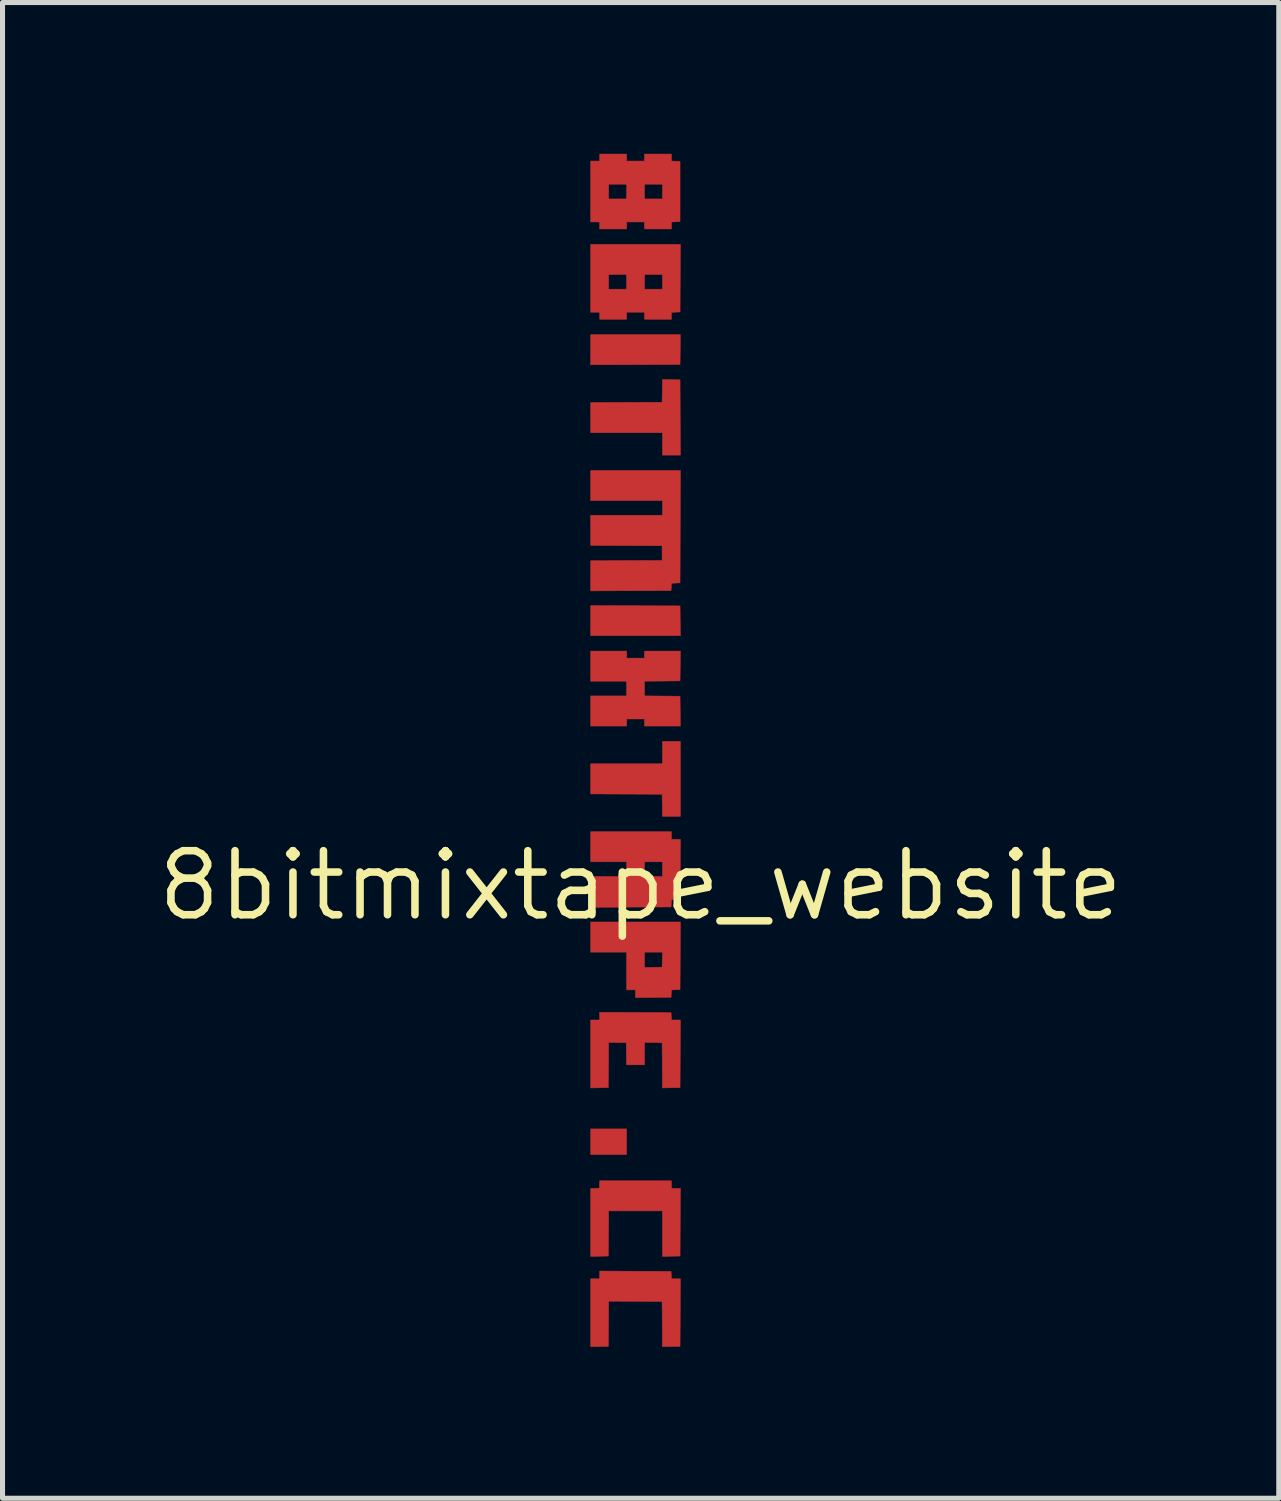
<source format=kicad_pcb>
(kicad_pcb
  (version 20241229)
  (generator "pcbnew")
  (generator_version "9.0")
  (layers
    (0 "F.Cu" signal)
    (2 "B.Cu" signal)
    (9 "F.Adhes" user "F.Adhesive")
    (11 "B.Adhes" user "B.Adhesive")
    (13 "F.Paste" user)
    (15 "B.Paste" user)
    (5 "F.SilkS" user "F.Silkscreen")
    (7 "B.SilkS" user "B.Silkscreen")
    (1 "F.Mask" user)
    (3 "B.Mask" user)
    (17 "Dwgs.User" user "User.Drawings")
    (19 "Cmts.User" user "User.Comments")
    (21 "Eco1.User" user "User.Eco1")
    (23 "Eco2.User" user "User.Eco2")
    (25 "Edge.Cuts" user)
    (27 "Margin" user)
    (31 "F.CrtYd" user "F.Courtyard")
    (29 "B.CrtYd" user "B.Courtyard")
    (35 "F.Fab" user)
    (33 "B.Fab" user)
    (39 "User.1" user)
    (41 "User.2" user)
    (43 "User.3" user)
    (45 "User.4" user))
  (footprint "8bitmixtape_website"
    (layer "F.Cu")
    (at 9.653 14.508)
    (property "Reference" "8bitmixtape_website" (at 0 0 0) (layer "F.SilkS") (effects (font (size 1.27 1.27) (thickness 0.15))))
    (attr through_hole)
    (fp_poly (pts (xy -0.279 5.334) (xy -0.991 5.334) (xy -0.991 4.826) (xy -0.279 4.826) (xy -0.279 5.334)) (stroke (width 0.01) (type solid)) (fill yes) (layer "F.Cu"))
    (fp_poly (pts (xy 0.781 -10.331) (xy -0.991 -10.325) (xy -0.991 -10.922) (xy 0.788 -10.922) (xy 0.781 -10.331)) (stroke (width 0.01) (type solid)) (fill yes) (layer "F.Cu"))
    (fp_poly (pts (xy -0.105 -5.547) (xy 0.781 -5.544) (xy 0.788 -4.953) (xy -0.991 -4.953) (xy -0.991 -5.55) (xy -0.105 -5.547)) (stroke (width 0.01) (type solid)) (fill yes) (layer "F.Cu"))
    (fp_poly (pts (xy 0.787 -1.372) (xy 0.432 -1.372) (xy 0.429 -1.591) (xy 0.425 -1.81) (xy -0.991 -1.816) (xy -0.991 -2.413) (xy 0.432 -2.413) (xy 0.432 -2.857) (xy 0.787 -2.857) (xy 0.787 -1.372)) (stroke (width 0.01) (type solid)) (fill yes) (layer "F.Cu"))
    (fp_poly (pts (xy 0.607 -10.03) (xy 0.781 -10.027) (xy 0.784 -9.281) (xy 0.788 -8.534) (xy 0.432 -8.534) (xy 0.432 -8.979) (xy -0.991 -8.979) (xy -0.991 -9.277) (xy -0.991 -9.576) (xy -0.283 -9.579) (xy 0.425 -9.582) (xy 0.429 -9.808) (xy 0.432 -10.034) (xy 0.607 -10.03)) (stroke (width 0.01) (type solid)) (fill yes) (layer "F.Cu"))
    (fp_poly (pts (xy 0.61 6.007) (xy 0.788 6.007) (xy 0.781 7.347) (xy 0.432 7.354) (xy 0.432 6.452) (xy -0.635 6.452) (xy -0.641 7.347) (xy -0.991 7.354) (xy -0.991 6.008) (xy -0.819 6.001) (xy -0.815 5.928) (xy -0.812 5.855) (xy 0.61 5.855) (xy 0.61 6.007)) (stroke (width 0.01) (type solid)) (fill yes) (layer "F.Cu"))
    (fp_poly (pts (xy 0.603 7.652) (xy 0.607 7.725) (xy 0.611 7.798) (xy 0.788 7.798) (xy 0.781 9.138) (xy 0.607 9.141) (xy 0.432 9.145) (xy 0.429 8.697) (xy 0.425 8.249) (xy -0.105 8.245) (xy -0.635 8.242) (xy -0.638 8.69) (xy -0.641 9.138) (xy -0.991 9.145) (xy -0.991 7.798) (xy -0.813 7.798) (xy -0.813 7.645) (xy 0.603 7.652)) (stroke (width 0.01) (type solid)) (fill yes) (layer "F.Cu"))
    (fp_poly (pts (xy 0.781 -6.001) (xy 0.696 -5.997) (xy 0.611 -5.993) (xy 0.607 -5.921) (xy 0.603 -5.848) (xy -0.991 -5.842) (xy -0.991 -6.439) (xy -0.283 -6.442) (xy 0.425 -6.445) (xy 0.425 -6.737) (xy -0.991 -6.744) (xy -0.991 -7.341) (xy 0.432 -7.341) (xy 0.432 -7.633) (xy -0.991 -7.633) (xy -0.991 -8.23) (xy 0.788 -8.23) (xy 0.781 -6.001)) (stroke (width 0.01) (type solid)) (fill yes) (layer "F.Cu"))
    (fp_poly (pts (xy 0.781 2.064) (xy 0.696 2.067) (xy 0.611 2.071) (xy 0.607 2.144) (xy 0.603 2.216) (xy 0.251 2.22) (xy -0.102 2.223) (xy -0.102 2.07) (xy -0.279 2.07) (xy -0.279 1.321) (xy 0.076 1.321) (xy 0.076 1.626) (xy 0.425 1.619) (xy 0.433 1.321) (xy 0.076 1.321) (xy -0.279 1.321) (xy -0.991 1.321) (xy -0.991 0.724) (xy 0.788 0.724) (xy 0.781 2.064)) (stroke (width 0.01) (type solid)) (fill yes) (layer "F.Cu"))
    (fp_poly (pts (xy -0.279 -4.508) (xy 0.076 -4.508) (xy 0.076 -4.648) (xy 0.788 -4.648) (xy 0.781 -4.058) (xy 0.429 -4.054) (xy 0.076 -4.051) (xy 0.076 -3.76) (xy 0.781 -3.753) (xy 0.788 -3.162) (xy 0.076 -3.162) (xy 0.076 -3.302) (xy -0.279 -3.302) (xy -0.279 -3.162) (xy -0.991 -3.162) (xy -0.991 -3.759) (xy -0.279 -3.759) (xy -0.279 -4.051) (xy -0.991 -4.051) (xy -0.991 -4.648) (xy -0.279 -4.648) (xy -0.279 -4.508)) (stroke (width 0.01) (type solid)) (fill yes) (layer "F.Cu"))
    (fp_poly (pts (xy 0.61 -0.914) (xy 0.788 -0.914) (xy 0.784 -0.321) (xy 0.781 0.273) (xy 0.696 0.277) (xy 0.611 0.281) (xy 0.607 0.353) (xy 0.603 0.425) (xy -0.991 0.432) (xy -0.991 -0.178) (xy -0.279 -0.178) (xy -0.279 -0.47) (xy 0.076 -0.47) (xy 0.076 -0.178) (xy 0.432 -0.178) (xy 0.432 -0.47) (xy 0.076 -0.47) (xy -0.279 -0.47) (xy -0.991 -0.47) (xy -0.991 -1.067) (xy 0.61 -1.067) (xy 0.61 -0.914)) (stroke (width 0.01) (type solid)) (fill yes) (layer "F.Cu"))
    (fp_poly (pts (xy 0.603 2.521) (xy 0.607 2.594) (xy 0.611 2.667) (xy 0.788 2.667) (xy 0.781 4.007) (xy 0.607 4.01) (xy 0.432 4.014) (xy 0.429 3.566) (xy 0.425 3.118) (xy 0.251 3.114) (xy 0.076 3.111) (xy 0.076 3.556) (xy -0.279 3.556) (xy -0.282 3.337) (xy -0.286 3.118) (xy -0.46 3.114) (xy -0.635 3.111) (xy -0.638 3.559) (xy -0.641 4.007) (xy -0.991 4.014) (xy -0.991 2.667) (xy -0.813 2.667) (xy -0.813 2.514) (xy 0.603 2.521)) (stroke (width 0.01) (type solid)) (fill yes) (layer "F.Cu"))
    (fp_poly (pts (xy 0.781 -11.373) (xy 0.61 -11.365) (xy 0.61 -11.227) (xy 0.076 -11.227) (xy 0.076 -11.367) (xy -0.279 -11.367) (xy -0.279 -11.227) (xy -0.813 -11.227) (xy -0.813 -11.367) (xy -0.991 -11.367) (xy -0.991 -12.116) (xy -0.635 -12.116) (xy -0.635 -11.824) (xy -0.279 -11.824) (xy -0.279 -12.116) (xy 0.076 -12.116) (xy 0.076 -11.824) (xy 0.432 -11.824) (xy 0.432 -12.116) (xy 0.076 -12.116) (xy -0.279 -12.116) (xy -0.635 -12.116) (xy -0.991 -12.116) (xy -0.991 -12.713) (xy 0.788 -12.713) (xy 0.781 -11.373)) (stroke (width 0.01) (type solid)) (fill yes) (layer "F.Cu"))
    (fp_poly (pts (xy -0.279 -14.364) (xy 0.076 -14.364) (xy 0.076 -14.503) (xy 0.61 -14.503) (xy 0.61 -14.365) (xy 0.695 -14.361) (xy 0.781 -14.357) (xy 0.781 -13.164) (xy 0.61 -13.156) (xy 0.61 -13.018) (xy 0.076 -13.018) (xy 0.076 -13.157) (xy -0.279 -13.157) (xy -0.279 -13.018) (xy -0.813 -13.018) (xy -0.813 -13.157) (xy -0.991 -13.157) (xy -0.991 -13.906) (xy -0.635 -13.906) (xy -0.635 -13.614) (xy -0.279 -13.614) (xy -0.279 -13.906) (xy 0.076 -13.906) (xy 0.076 -13.614) (xy 0.432 -13.614) (xy 0.432 -13.906) (xy 0.076 -13.906) (xy -0.279 -13.906) (xy -0.635 -13.906) (xy -0.991 -13.906) (xy -0.991 -14.364) (xy -0.813 -14.364) (xy -0.813 -14.503) (xy -0.279 -14.503) (xy -0.279 -14.364)) (stroke (width 0.01) (type solid)) (fill yes) (layer "F.Cu"))
    (fp_poly (pts (xy -0.279 5.334) (xy -0.991 5.334) (xy -0.991 4.826) (xy -0.279 4.826) (xy -0.279 5.334)) (stroke (width 0.01) (type solid)) (fill yes) (layer "F.Mask"))
    (fp_poly (pts (xy 0.781 -10.331) (xy -0.991 -10.325) (xy -0.991 -10.922) (xy 0.788 -10.922) (xy 0.781 -10.331)) (stroke (width 0.01) (type solid)) (fill yes) (layer "F.Mask"))
    (fp_poly (pts (xy -0.105 -5.547) (xy 0.781 -5.544) (xy 0.788 -4.953) (xy -0.991 -4.953) (xy -0.991 -5.55) (xy -0.105 -5.547)) (stroke (width 0.01) (type solid)) (fill yes) (layer "F.Mask"))
    (fp_poly (pts (xy 0.787 -1.372) (xy 0.432 -1.372) (xy 0.429 -1.591) (xy 0.425 -1.81) (xy -0.991 -1.816) (xy -0.991 -2.413) (xy 0.432 -2.413) (xy 0.432 -2.857) (xy 0.787 -2.857) (xy 0.787 -1.372)) (stroke (width 0.01) (type solid)) (fill yes) (layer "F.Mask"))
    (fp_poly (pts (xy 0.607 -10.03) (xy 0.781 -10.027) (xy 0.784 -9.281) (xy 0.788 -8.534) (xy 0.432 -8.534) (xy 0.432 -8.979) (xy -0.991 -8.979) (xy -0.991 -9.277) (xy -0.991 -9.576) (xy -0.283 -9.579) (xy 0.425 -9.582) (xy 0.429 -9.808) (xy 0.432 -10.034) (xy 0.607 -10.03)) (stroke (width 0.01) (type solid)) (fill yes) (layer "F.Mask"))
    (fp_poly (pts (xy 0.61 6.007) (xy 0.788 6.007) (xy 0.781 7.347) (xy 0.432 7.354) (xy 0.432 6.452) (xy -0.635 6.452) (xy -0.641 7.347) (xy -0.991 7.354) (xy -0.991 6.008) (xy -0.819 6.001) (xy -0.815 5.928) (xy -0.812 5.855) (xy 0.61 5.855) (xy 0.61 6.007)) (stroke (width 0.01) (type solid)) (fill yes) (layer "F.Mask"))
    (fp_poly (pts (xy 0.603 7.652) (xy 0.607 7.725) (xy 0.611 7.798) (xy 0.788 7.798) (xy 0.781 9.138) (xy 0.607 9.141) (xy 0.432 9.145) (xy 0.429 8.697) (xy 0.425 8.249) (xy -0.105 8.245) (xy -0.635 8.242) (xy -0.638 8.69) (xy -0.641 9.138) (xy -0.991 9.145) (xy -0.991 7.798) (xy -0.813 7.798) (xy -0.813 7.645) (xy 0.603 7.652)) (stroke (width 0.01) (type solid)) (fill yes) (layer "F.Mask"))
    (fp_poly (pts (xy 0.781 -6.001) (xy 0.696 -5.997) (xy 0.611 -5.993) (xy 0.607 -5.921) (xy 0.603 -5.848) (xy -0.991 -5.842) (xy -0.991 -6.439) (xy -0.283 -6.442) (xy 0.425 -6.445) (xy 0.425 -6.737) (xy -0.991 -6.744) (xy -0.991 -7.341) (xy 0.432 -7.341) (xy 0.432 -7.633) (xy -0.991 -7.633) (xy -0.991 -8.23) (xy 0.788 -8.23) (xy 0.781 -6.001)) (stroke (width 0.01) (type solid)) (fill yes) (layer "F.Mask"))
    (fp_poly (pts (xy 0.781 2.064) (xy 0.696 2.067) (xy 0.611 2.071) (xy 0.607 2.144) (xy 0.603 2.216) (xy 0.251 2.22) (xy -0.102 2.223) (xy -0.102 2.07) (xy -0.279 2.07) (xy -0.279 1.321) (xy 0.076 1.321) (xy 0.076 1.626) (xy 0.425 1.619) (xy 0.433 1.321) (xy 0.076 1.321) (xy -0.279 1.321) (xy -0.991 1.321) (xy -0.991 0.724) (xy 0.788 0.724) (xy 0.781 2.064)) (stroke (width 0.01) (type solid)) (fill yes) (layer "F.Mask"))
    (fp_poly (pts (xy -0.279 -4.508) (xy 0.076 -4.508) (xy 0.076 -4.648) (xy 0.788 -4.648) (xy 0.781 -4.058) (xy 0.429 -4.054) (xy 0.076 -4.051) (xy 0.076 -3.76) (xy 0.781 -3.753) (xy 0.788 -3.162) (xy 0.076 -3.162) (xy 0.076 -3.302) (xy -0.279 -3.302) (xy -0.279 -3.162) (xy -0.991 -3.162) (xy -0.991 -3.759) (xy -0.279 -3.759) (xy -0.279 -4.051) (xy -0.991 -4.051) (xy -0.991 -4.648) (xy -0.279 -4.648) (xy -0.279 -4.508)) (stroke (width 0.01) (type solid)) (fill yes) (layer "F.Mask"))
    (fp_poly (pts (xy 0.61 -0.914) (xy 0.788 -0.914) (xy 0.784 -0.321) (xy 0.781 0.273) (xy 0.696 0.277) (xy 0.611 0.281) (xy 0.607 0.353) (xy 0.603 0.425) (xy -0.991 0.432) (xy -0.991 -0.178) (xy -0.279 -0.178) (xy -0.279 -0.47) (xy 0.076 -0.47) (xy 0.076 -0.178) (xy 0.432 -0.178) (xy 0.432 -0.47) (xy 0.076 -0.47) (xy -0.279 -0.47) (xy -0.991 -0.47) (xy -0.991 -1.067) (xy 0.61 -1.067) (xy 0.61 -0.914)) (stroke (width 0.01) (type solid)) (fill yes) (layer "F.Mask"))
    (fp_poly (pts (xy 0.603 2.521) (xy 0.607 2.594) (xy 0.611 2.667) (xy 0.788 2.667) (xy 0.781 4.007) (xy 0.607 4.01) (xy 0.432 4.014) (xy 0.429 3.566) (xy 0.425 3.118) (xy 0.251 3.114) (xy 0.076 3.111) (xy 0.076 3.556) (xy -0.279 3.556) (xy -0.282 3.337) (xy -0.286 3.118) (xy -0.46 3.114) (xy -0.635 3.111) (xy -0.638 3.559) (xy -0.641 4.007) (xy -0.991 4.014) (xy -0.991 2.667) (xy -0.813 2.667) (xy -0.813 2.514) (xy 0.603 2.521)) (stroke (width 0.01) (type solid)) (fill yes) (layer "F.Mask"))
    (fp_poly (pts (xy 0.781 -11.373) (xy 0.61 -11.365) (xy 0.61 -11.227) (xy 0.076 -11.227) (xy 0.076 -11.367) (xy -0.279 -11.367) (xy -0.279 -11.227) (xy -0.813 -11.227) (xy -0.813 -11.367) (xy -0.991 -11.367) (xy -0.991 -12.116) (xy -0.635 -12.116) (xy -0.635 -11.824) (xy -0.279 -11.824) (xy -0.279 -12.116) (xy 0.076 -12.116) (xy 0.076 -11.824) (xy 0.432 -11.824) (xy 0.432 -12.116) (xy 0.076 -12.116) (xy -0.279 -12.116) (xy -0.635 -12.116) (xy -0.991 -12.116) (xy -0.991 -12.713) (xy 0.788 -12.713) (xy 0.781 -11.373)) (stroke (width 0.01) (type solid)) (fill yes) (layer "F.Mask"))
    (fp_poly (pts (xy -0.279 -14.364) (xy 0.076 -14.364) (xy 0.076 -14.503) (xy 0.61 -14.503) (xy 0.61 -14.365) (xy 0.695 -14.361) (xy 0.781 -14.357) (xy 0.781 -13.164) (xy 0.61 -13.156) (xy 0.61 -13.018) (xy 0.076 -13.018) (xy 0.076 -13.157) (xy -0.279 -13.157) (xy -0.279 -13.018) (xy -0.813 -13.018) (xy -0.813 -13.157) (xy -0.991 -13.157) (xy -0.991 -13.906) (xy -0.635 -13.906) (xy -0.635 -13.614) (xy -0.279 -13.614) (xy -0.279 -13.906) (xy 0.076 -13.906) (xy 0.076 -13.614) (xy 0.432 -13.614) (xy 0.432 -13.906) (xy 0.076 -13.906) (xy -0.279 -13.906) (xy -0.635 -13.906) (xy -0.991 -13.906) (xy -0.991 -14.364) (xy -0.813 -14.364) (xy -0.813 -14.503) (xy -0.279 -14.503) (xy -0.279 -14.364)) (stroke (width 0.01) (type solid)) (fill yes) (layer "F.Mask")))
  (gr_rect
    (start -3 -3)
    (end 22.306 26.658)
    (stroke (width 0.1) (type default))
    (fill no)
    (layer "Edge.Cuts")))
</source>
